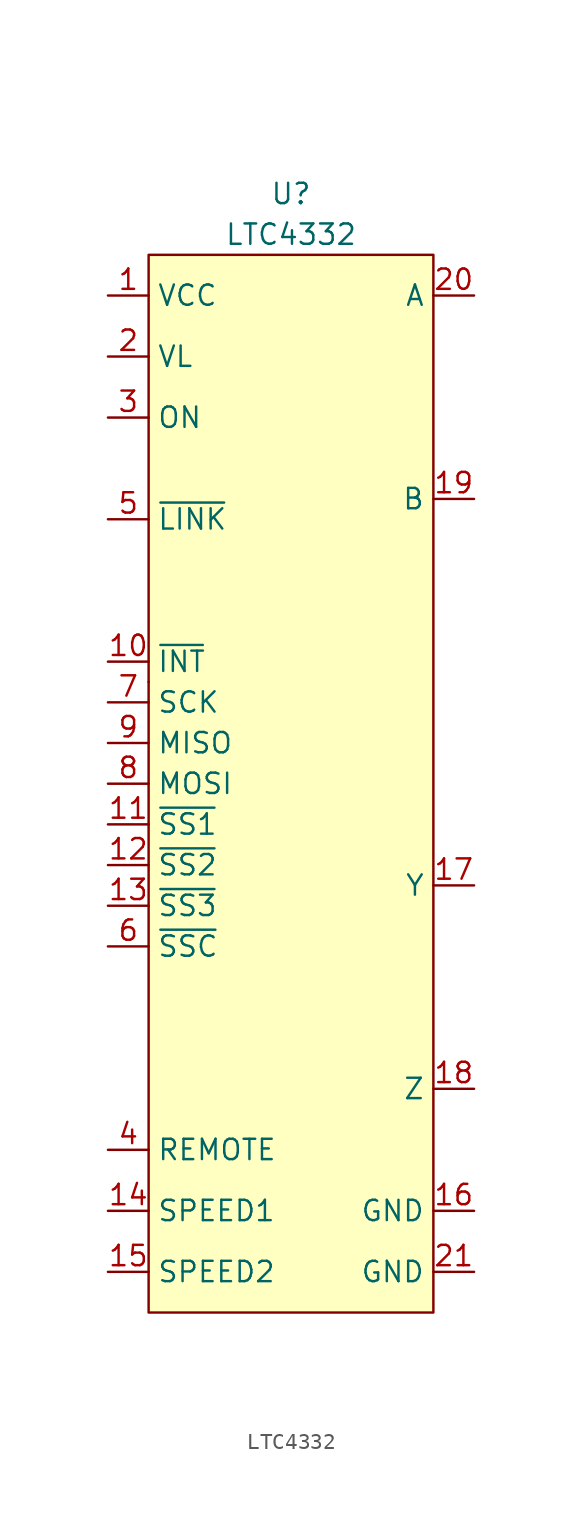
<source format=kicad_sym>
(kicad_symbol_lib
  (version 20211014)
  (generator kicad_symbol_editor)
  (symbol "LTC4332"
    (property "Reference" "U"
      (at 0 35.56 0)
      (effects (font (size 1.27 1.27))))
    (property "Value" "LTC4332"
      (at 0 33.02 0)
      (effects (font (size 1.27 1.27))))
    (symbol "LTC4332_0_1"
      (rectangle (start -8.89 5.08) (end -8.89 5.08) (stroke (width 0) (type default) (color 0 0 0 0)) (fill (type none)))
      (rectangle (start -8.89 31.75) (end 8.89 -34.29) (stroke (width 0) (type default) (color 0 0 0 0)) (fill (type background))))
    (symbol "LTC4332_1_1"
      (pin power_in line (at -11.43 29.21 0) (length 2.54) (name "VCC" (effects (font (size 1.27 1.27)))) (number "1" (effects (font (size 1.27 1.27)))))
      (pin bidirectional line (at -11.43 6.35 0) (length 2.54) (name "~{INT}" (effects (font (size 1.27 1.27)))) (number "10" (effects (font (size 1.27 1.27)))))
      (pin bidirectional line (at -11.43 -3.81 0) (length 2.54) (name "~{SS1}" (effects (font (size 1.27 1.27)))) (number "11" (effects (font (size 1.27 1.27)))))
      (pin bidirectional line (at -11.43 -6.35 0) (length 2.54) (name "~{SS2}" (effects (font (size 1.27 1.27)))) (number "12" (effects (font (size 1.27 1.27)))))
      (pin bidirectional line (at -11.43 -8.89 0) (length 2.54) (name "~{SS3}" (effects (font (size 1.27 1.27)))) (number "13" (effects (font (size 1.27 1.27)))))
      (pin input line (at -11.43 -27.94 0) (length 2.54) (name "SPEED1" (effects (font (size 1.27 1.27)))) (number "14" (effects (font (size 1.27 1.27)))))
      (pin input line (at -11.43 -31.75 0) (length 2.54) (name "SPEED2" (effects (font (size 1.27 1.27)))) (number "15" (effects (font (size 1.27 1.27)))))
      (pin power_in line (at 11.43 -27.94 180) (length 2.54) (name "GND" (effects (font (size 1.27 1.27)))) (number "16" (effects (font (size 1.27 1.27)))))
      (pin output line (at 11.43 -7.62 180) (length 2.54) (name "Y" (effects (font (size 1.27 1.27)))) (number "17" (effects (font (size 1.27 1.27)))))
      (pin output line (at 11.43 -20.32 180) (length 2.54) (name "Z" (effects (font (size 1.27 1.27)))) (number "18" (effects (font (size 1.27 1.27)))))
      (pin input line (at 11.43 16.51 180) (length 2.54) (name "B" (effects (font (size 1.27 1.27)))) (number "19" (effects (font (size 1.27 1.27)))))
      (pin input line (at -11.43 25.4 0) (length 2.54) (name "VL" (effects (font (size 1.27 1.27)))) (number "2" (effects (font (size 1.27 1.27)))))
      (pin input line (at 11.43 29.21 180) (length 2.54) (name "A" (effects (font (size 1.27 1.27)))) (number "20" (effects (font (size 1.27 1.27)))))
      (pin power_in line (at 11.43 -31.75 180) (length 2.54) (name "GND" (effects (font (size 1.27 1.27)))) (number "21" (effects (font (size 1.27 1.27)))))
      (pin input line (at -11.43 21.59 0) (length 2.54) (name "ON" (effects (font (size 1.27 1.27)))) (number "3" (effects (font (size 1.27 1.27)))))
      (pin input line (at -11.43 -24.13 0) (length 2.54) (name "REMOTE" (effects (font (size 1.27 1.27)))) (number "4" (effects (font (size 1.27 1.27)))))
      (pin input line (at -11.43 15.24 0) (length 2.54) (name "~{LINK}" (effects (font (size 1.27 1.27)))) (number "5" (effects (font (size 1.27 1.27)))))
      (pin input line (at -11.43 -11.43 0) (length 2.54) (name "~{SSC}" (effects (font (size 1.27 1.27)))) (number "6" (effects (font (size 1.27 1.27)))))
      (pin bidirectional line (at -11.43 3.81 0) (length 2.54) (name "SCK" (effects (font (size 1.27 1.27)))) (number "7" (effects (font (size 1.27 1.27)))))
      (pin bidirectional line (at -11.43 -1.27 0) (length 2.54) (name "MOSI" (effects (font (size 1.27 1.27)))) (number "8" (effects (font (size 1.27 1.27)))))
      (pin bidirectional line (at -11.43 1.27 0) (length 2.54) (name "MISO" (effects (font (size 1.27 1.27)))) (number "9" (effects (font (size 1.27 1.27))))))))
</source>
